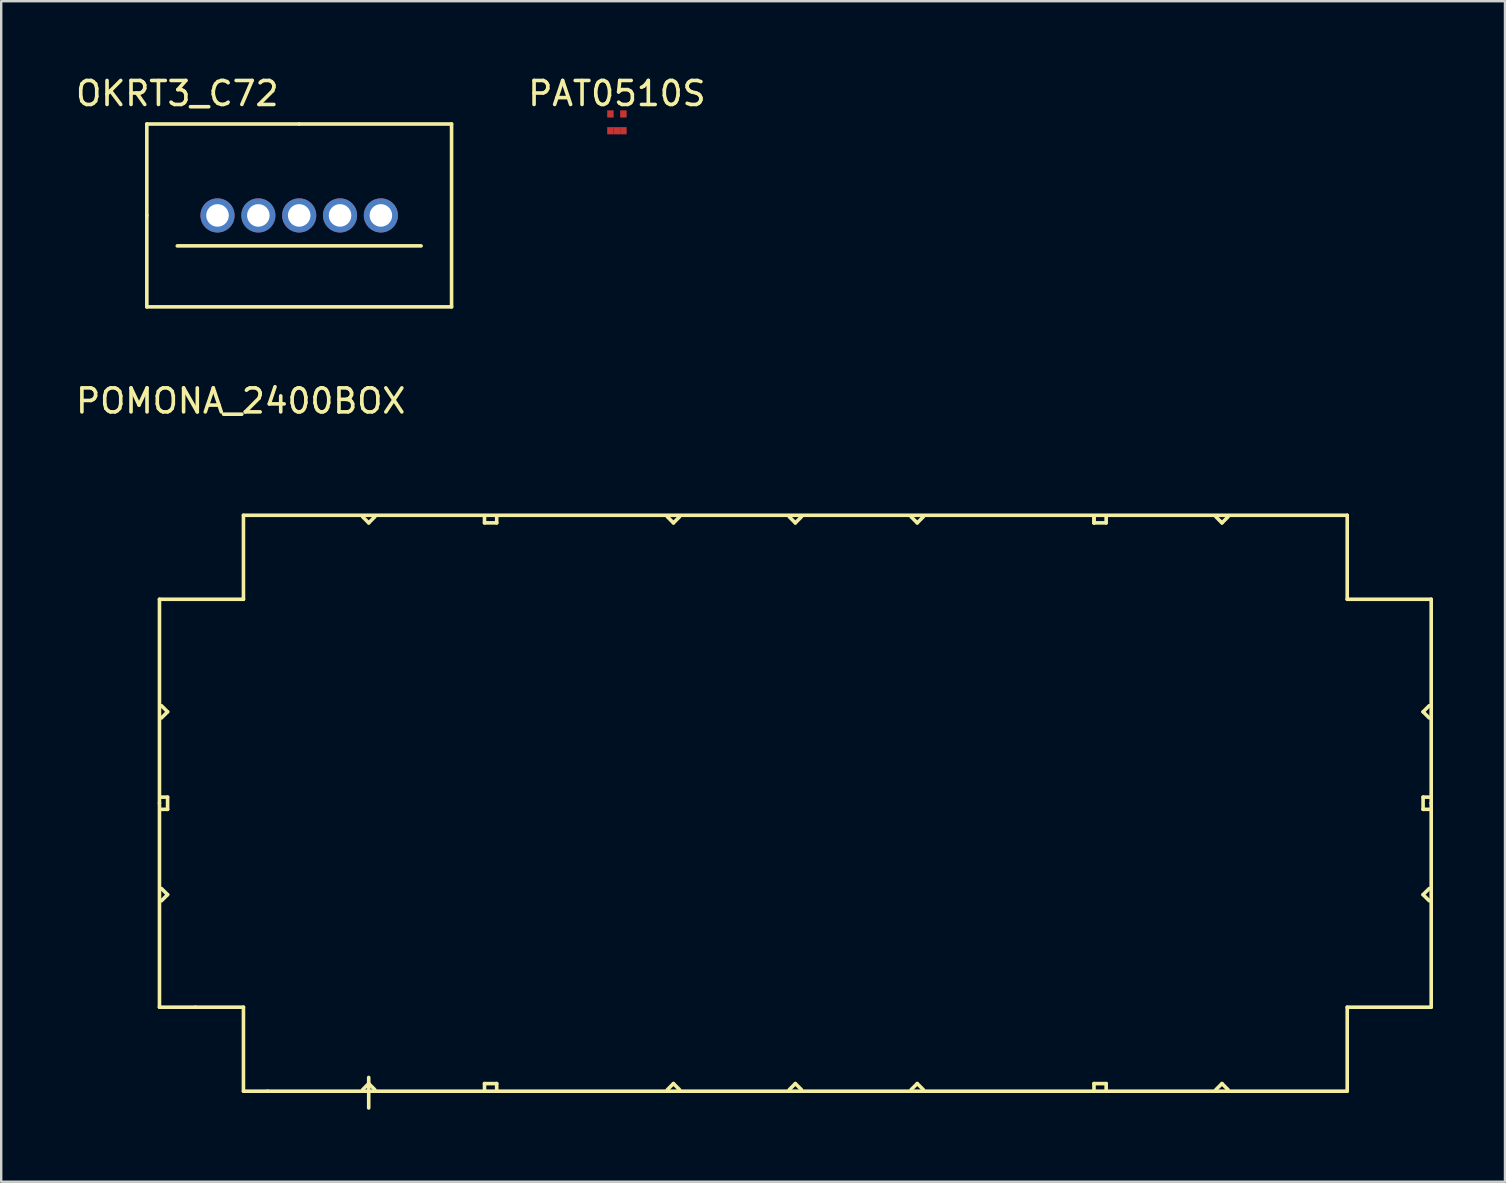
<source format=kicad_pcb>
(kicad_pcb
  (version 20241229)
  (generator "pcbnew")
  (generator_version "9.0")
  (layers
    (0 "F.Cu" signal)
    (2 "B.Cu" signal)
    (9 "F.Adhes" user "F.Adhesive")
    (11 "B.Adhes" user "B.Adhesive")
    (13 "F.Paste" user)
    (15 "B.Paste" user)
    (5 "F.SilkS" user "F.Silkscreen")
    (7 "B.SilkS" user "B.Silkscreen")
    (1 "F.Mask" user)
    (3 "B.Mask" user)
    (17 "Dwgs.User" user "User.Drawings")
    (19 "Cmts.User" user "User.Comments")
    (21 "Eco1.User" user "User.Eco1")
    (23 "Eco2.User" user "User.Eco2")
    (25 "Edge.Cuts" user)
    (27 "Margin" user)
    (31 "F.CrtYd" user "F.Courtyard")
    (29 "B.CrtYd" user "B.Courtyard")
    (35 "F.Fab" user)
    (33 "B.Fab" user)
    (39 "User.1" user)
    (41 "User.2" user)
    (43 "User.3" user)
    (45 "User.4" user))
  (footprint "OKRT3_C72"
    (layer "F.Cu")
    (at 9.419 5.928)
    (property "Reference" "OKRT3_C72" (at -5.08 -5.08 0) (layer "F.SilkS") (effects (font (size 1 1) (thickness 0.15))))
    (attr through_hole)
    (fp_line (start -6.35 -3.81) (end 0 -3.81) (stroke (width 0.15) (type solid)) (layer "F.SilkS"))
    (fp_line (start -6.35 0) (end -6.35 -3.81) (stroke (width 0.15) (type solid)) (layer "F.SilkS"))
    (fp_line (start -6.35 0) (end -6.35 3.81) (stroke (width 0.15) (type solid)) (layer "F.SilkS"))
    (fp_line (start -5.08 1.27) (end 5.08 1.27) (stroke (width 0.15) (type solid)) (layer "F.SilkS"))
    (fp_line (start 0 -3.81) (end 6.35 -3.81) (stroke (width 0.15) (type solid)) (layer "F.SilkS"))
    (fp_line (start 6.35 -3.81) (end 6.35 3.81) (stroke (width 0.15) (type solid)) (layer "F.SilkS"))
    (fp_line (start 6.35 3.81) (end -6.35 3.81) (stroke (width 0.15) (type solid)) (layer "F.SilkS"))
    (pad "1" thru_hole circle (at -3.404 0) (size 1.422 1.422) (drill 0.94) (layers "*.Cu" "*.Mask"))
    (pad "2" thru_hole circle (at -1.702 0) (size 1.422 1.422) (drill 0.94) (layers "*.Cu" "*.Mask"))
    (pad "3" thru_hole circle (at 0 0) (size 1.422 1.422) (drill 0.94) (layers "*.Cu" "*.Mask"))
    (pad "4" thru_hole circle (at 1.702 0) (size 1.422 1.422) (drill 0.94) (layers "*.Cu" "*.Mask"))
    (pad "5" thru_hole circle (at 3.404 0) (size 1.422 1.422) (drill 0.94) (layers "*.Cu" "*.Mask")))
  (footprint "PAT0510S"
    (layer "F.Cu")
    (at 22.66 2.048)
    (property "Reference" "PAT0510S" (at 0 -1.2 0) (layer "F.SilkS") (effects (font (size 1 1) (thickness 0.15))))
    (attr through_hole)
    (pad "1" smd rect (at -0.27 -0.35) (size 0.27 0.3) (layers "F.Cu" "F.Mask" "F.Paste"))
    (pad "2" smd rect (at 0.27 -0.35) (size 0.27 0.3) (layers "F.Cu" "F.Mask" "F.Paste"))
    (pad "3" smd rect (at -0.27 0.35) (size 0.27 0.3) (layers "F.Cu" "F.Mask" "F.Paste"))
    (pad "3" smd rect (at 0.27 0.35) (size 0.27 0.3) (layers "F.Cu" "F.Mask" "F.Paste"))
    (pad "4" smd rect (at 0 0.35) (size 0.27 0.3) (layers "F.Cu")))
  (footprint "POMONA_2400BOX"
    (layer "F.Cu")
    (at 30.096 30.425)
    (property "Reference" "POMONA_2400BOX" (at -23.114 -16.764 0) (layer "F.SilkS") (effects (font (size 1 1) (thickness 0.15))))
    (attr through_hole)
    (fp_line (start -26.5 -8.5) (end -23 -8.5) (stroke (width 0.15) (type solid)) (layer "F.SilkS"))
    (fp_line (start -26.5 0) (end -26.5 -8.5) (stroke (width 0.15) (type solid)) (layer "F.SilkS"))
    (fp_line (start -26.5 0) (end -26.5 8.5) (stroke (width 0.15) (type solid)) (layer "F.SilkS"))
    (fp_line (start -26.5 8.5) (end -25 8.5) (stroke (width 0.15) (type solid)) (layer "F.SilkS"))
    (fp_line (start -26.416 -3.556) (end -26.162 -3.81) (stroke (width 0.15) (type solid)) (layer "F.SilkS"))
    (fp_line (start -26.416 -0.254) (end -26.162 -0.254) (stroke (width 0.15) (type solid)) (layer "F.SilkS"))
    (fp_line (start -26.416 4.064) (end -26.162 3.81) (stroke (width 0.15) (type solid)) (layer "F.SilkS"))
    (fp_line (start -26.162 -3.81) (end -26.416 -4.064) (stroke (width 0.15) (type solid)) (layer "F.SilkS"))
    (fp_line (start -26.162 -0.254) (end -26.162 0.254) (stroke (width 0.15) (type solid)) (layer "F.SilkS"))
    (fp_line (start -26.162 0.254) (end -26.416 0.254) (stroke (width 0.15) (type solid)) (layer "F.SilkS"))
    (fp_line (start -26.162 3.81) (end -26.416 3.556) (stroke (width 0.15) (type solid)) (layer "F.SilkS"))
    (fp_line (start -25 8.5) (end -23 8.5) (stroke (width 0.15) (type solid)) (layer "F.SilkS"))
    (fp_line (start -23 -8.5) (end -23 -12) (stroke (width 0.15) (type solid)) (layer "F.SilkS"))
    (fp_line (start -23 8.5) (end -23 12) (stroke (width 0.15) (type solid)) (layer "F.SilkS"))
    (fp_line (start -23 12) (end -22 12) (stroke (width 0.15) (type solid)) (layer "F.SilkS"))
    (fp_line (start -18.034 -11.938) (end -17.78 -11.684) (stroke (width 0.15) (type solid)) (layer "F.SilkS"))
    (fp_line (start -18.034 11.938) (end -17.78 11.684) (stroke (width 0.15) (type solid)) (layer "F.SilkS"))
    (fp_line (start -17.78 -11.684) (end -17.526 -11.938) (stroke (width 0.15) (type solid)) (layer "F.SilkS"))
    (fp_line (start -17.78 11.684) (end -17.526 11.938) (stroke (width 0.15) (type solid)) (layer "F.SilkS"))
    (fp_line (start -17.78 12.7) (end -17.78 11.43) (stroke (width 0.15) (type solid)) (layer "F.SilkS"))
    (fp_line (start -12.954 -11.938) (end -12.954 -11.684) (stroke (width 0.15) (type solid)) (layer "F.SilkS"))
    (fp_line (start -12.954 -11.684) (end -12.446 -11.684) (stroke (width 0.15) (type solid)) (layer "F.SilkS"))
    (fp_line (start -12.954 11.684) (end -12.446 11.684) (stroke (width 0.15) (type solid)) (layer "F.SilkS"))
    (fp_line (start -12.954 11.938) (end -12.954 11.684) (stroke (width 0.15) (type solid)) (layer "F.SilkS"))
    (fp_line (start -12.446 -11.684) (end -12.446 -11.938) (stroke (width 0.15) (type solid)) (layer "F.SilkS"))
    (fp_line (start -12.446 11.684) (end -12.446 11.938) (stroke (width 0.15) (type solid)) (layer "F.SilkS"))
    (fp_line (start -5.334 -11.938) (end -5.08 -11.684) (stroke (width 0.15) (type solid)) (layer "F.SilkS"))
    (fp_line (start -5.334 11.938) (end -5.08 11.684) (stroke (width 0.15) (type solid)) (layer "F.SilkS"))
    (fp_line (start -5.08 -11.684) (end -4.826 -11.938) (stroke (width 0.15) (type solid)) (layer "F.SilkS"))
    (fp_line (start -5.08 11.684) (end -4.826 11.938) (stroke (width 0.15) (type solid)) (layer "F.SilkS"))
    (fp_line (start -0.254 -11.938) (end 0 -11.684) (stroke (width 0.15) (type solid)) (layer "F.SilkS"))
    (fp_line (start -0.254 11.938) (end 0 11.684) (stroke (width 0.15) (type solid)) (layer "F.SilkS"))
    (fp_line (start 0 -11.684) (end 0.254 -11.938) (stroke (width 0.15) (type solid)) (layer "F.SilkS"))
    (fp_line (start 0 11.684) (end 0.254 11.938) (stroke (width 0.15) (type solid)) (layer "F.SilkS"))
    (fp_line (start 4.826 -11.938) (end 5.08 -11.684) (stroke (width 0.15) (type solid)) (layer "F.SilkS"))
    (fp_line (start 4.826 11.938) (end 5.08 11.684) (stroke (width 0.15) (type solid)) (layer "F.SilkS"))
    (fp_line (start 5.08 -11.684) (end 5.334 -11.938) (stroke (width 0.15) (type solid)) (layer "F.SilkS"))
    (fp_line (start 5.08 11.684) (end 5.334 11.938) (stroke (width 0.15) (type solid)) (layer "F.SilkS"))
    (fp_line (start 12.446 -11.938) (end 12.446 -11.684) (stroke (width 0.15) (type solid)) (layer "F.SilkS"))
    (fp_line (start 12.446 -11.684) (end 12.446 -11.938) (stroke (width 0.15) (type solid)) (layer "F.SilkS"))
    (fp_line (start 12.446 -11.684) (end 12.954 -11.684) (stroke (width 0.15) (type solid)) (layer "F.SilkS"))
    (fp_line (start 12.446 11.684) (end 12.954 11.684) (stroke (width 0.15) (type solid)) (layer "F.SilkS"))
    (fp_line (start 12.446 11.938) (end 12.446 11.684) (stroke (width 0.15) (type solid)) (layer "F.SilkS"))
    (fp_line (start 12.954 -11.684) (end 12.954 -11.938) (stroke (width 0.15) (type solid)) (layer "F.SilkS"))
    (fp_line (start 12.954 11.684) (end 12.954 11.938) (stroke (width 0.15) (type solid)) (layer "F.SilkS"))
    (fp_line (start 17.526 -11.938) (end 17.78 -11.684) (stroke (width 0.15) (type solid)) (layer "F.SilkS"))
    (fp_line (start 17.526 11.938) (end 17.78 11.684) (stroke (width 0.15) (type solid)) (layer "F.SilkS"))
    (fp_line (start 17.78 -11.684) (end 18.034 -11.938) (stroke (width 0.15) (type solid)) (layer "F.SilkS"))
    (fp_line (start 17.78 11.684) (end 18.034 11.938) (stroke (width 0.15) (type solid)) (layer "F.SilkS"))
    (fp_line (start 23 -12) (end -23 -12) (stroke (width 0.15) (type solid)) (layer "F.SilkS"))
    (fp_line (start 23 -8.5) (end 23 -12) (stroke (width 0.15) (type solid)) (layer "F.SilkS"))
    (fp_line (start 23 8.5) (end 23 12) (stroke (width 0.15) (type solid)) (layer "F.SilkS"))
    (fp_line (start 23 12) (end -22 12) (stroke (width 0.15) (type solid)) (layer "F.SilkS"))
    (fp_line (start 26.162 -3.81) (end 26.416 -3.556) (stroke (width 0.15) (type solid)) (layer "F.SilkS"))
    (fp_line (start 26.162 -0.254) (end 26.162 0.254) (stroke (width 0.15) (type solid)) (layer "F.SilkS"))
    (fp_line (start 26.162 0.254) (end 26.416 0.254) (stroke (width 0.15) (type solid)) (layer "F.SilkS"))
    (fp_line (start 26.162 3.81) (end 26.416 3.556) (stroke (width 0.15) (type solid)) (layer "F.SilkS"))
    (fp_line (start 26.162 3.81) (end 26.416 4.064) (stroke (width 0.15) (type solid)) (layer "F.SilkS"))
    (fp_line (start 26.416 -4.064) (end 26.162 -3.81) (stroke (width 0.15) (type solid)) (layer "F.SilkS"))
    (fp_line (start 26.416 -0.254) (end 26.162 -0.254) (stroke (width 0.15) (type solid)) (layer "F.SilkS"))
    (fp_line (start 26.5 -8.5) (end 23 -8.5) (stroke (width 0.15) (type solid)) (layer "F.SilkS"))
    (fp_line (start 26.5 0) (end 26.5 -8.5) (stroke (width 0.15) (type solid)) (layer "F.SilkS"))
    (fp_line (start 26.5 0) (end 26.5 8.5) (stroke (width 0.15) (type solid)) (layer "F.SilkS"))
    (fp_line (start 26.5 8.5) (end 23 8.5) (stroke (width 0.15) (type solid)) (layer "F.SilkS")))
  (gr_rect
    (start -3 -3)
    (end 59.671 46.2)
    (stroke (width 0.1) (type default))
    (fill no)
    (layer "Edge.Cuts")))
</source>
